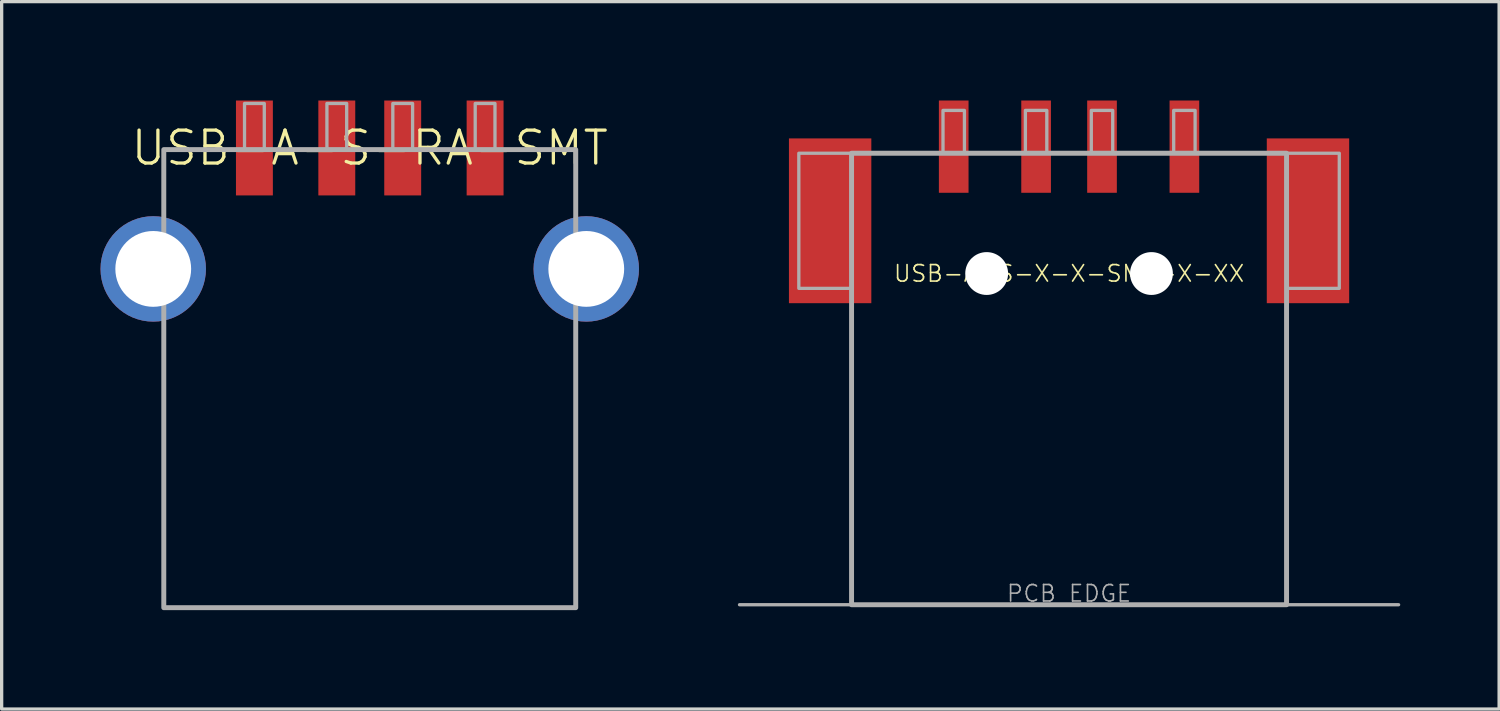
<source format=kicad_pcb>
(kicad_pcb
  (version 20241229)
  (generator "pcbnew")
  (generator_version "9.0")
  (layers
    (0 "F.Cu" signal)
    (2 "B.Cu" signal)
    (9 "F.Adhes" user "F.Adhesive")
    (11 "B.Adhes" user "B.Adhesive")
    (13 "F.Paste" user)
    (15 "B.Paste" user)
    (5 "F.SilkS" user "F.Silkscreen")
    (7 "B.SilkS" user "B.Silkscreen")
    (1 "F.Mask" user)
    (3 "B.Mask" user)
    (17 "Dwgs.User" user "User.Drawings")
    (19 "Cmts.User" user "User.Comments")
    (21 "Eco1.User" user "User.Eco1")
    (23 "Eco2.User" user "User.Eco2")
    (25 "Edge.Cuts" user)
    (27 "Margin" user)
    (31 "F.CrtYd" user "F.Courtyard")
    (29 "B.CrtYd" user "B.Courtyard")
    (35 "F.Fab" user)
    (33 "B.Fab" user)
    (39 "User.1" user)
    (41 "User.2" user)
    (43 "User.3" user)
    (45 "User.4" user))
  (footprint "USB-A-S-X-X-SM2-X-XX"
    (layer "F.Cu")
    (at 29.39 5.25)
    (property "Reference" "USB-A-S-X-X-SM2-X-XX" (at 0 0 0) (unlocked yes) (layer "F.SilkS") (effects (font (size 0.5 0.5) (thickness 0.05))))
    (attr smd)
    (fp_line (start -10 10.05) (end 10 10.05) (stroke (width 0.1) (type default)) (layer "F.Fab"))
    (fp_rect (start -8.2 -3.65) (end -6.6 0.45) (stroke (width 0.1) (type default)) (fill no) (layer "F.Fab"))
    (fp_rect (start -6.6 -3.65) (end 6.6 10.05) (stroke (width 0.15) (type default)) (fill no) (layer "F.Fab"))
    (fp_rect (start -3.825 -4.95) (end -3.175 -3.65) (stroke (width 0.1) (type default)) (fill no) (layer "F.Fab"))
    (fp_rect (start -1.325 -4.95) (end -0.675 -3.65) (stroke (width 0.1) (type default)) (fill no) (layer "F.Fab"))
    (fp_rect (start 0.675 -4.95) (end 1.325 -3.65) (stroke (width 0.1) (type default)) (fill no) (layer "F.Fab"))
    (fp_rect (start 3.175 -4.95) (end 3.825 -3.65) (stroke (width 0.1) (type default)) (fill no) (layer "F.Fab"))
    (fp_rect (start 6.6 -3.65) (end 8.2 0.45) (stroke (width 0.1) (type default)) (fill no) (layer "F.Fab"))
    (fp_text user "PCB EDGE" (at 0 10 0) (unlocked yes) (layer "F.Fab") (effects (font (size 0.5 0.5) (thickness 0.05)) (justify bottom)))
    (pad "" np_thru_hole circle (at -2.5 0) (size 1.3 1.3) (drill 1.3) (layers "*.Cu" "*.Mask"))
    (pad "" np_thru_hole circle (at 2.5 0) (size 1.3 1.3) (drill 1.3) (layers "*.Cu" "*.Mask"))
    (pad "1" smd rect (at -3.5 -3.85) (size 0.9 2.8) (layers "F.Cu" "F.Mask" "F.Paste"))
    (pad "2" smd rect (at -1 -3.85) (size 0.9 2.8) (layers "F.Cu" "F.Mask" "F.Paste"))
    (pad "3" smd rect (at 1 -3.85) (size 0.9 2.8) (layers "F.Cu" "F.Mask" "F.Paste"))
    (pad "4" smd rect (at 3.5 -3.85) (size 0.9 2.8) (layers "F.Cu" "F.Mask" "F.Paste"))
    (pad "5" smd rect (at -7.25 -1.6) (size 2.5 5) (layers "F.Cu" "F.Mask" "F.Paste"))
    (pad "6" smd rect (at 7.25 -1.6) (size 2.5 5) (layers "F.Cu" "F.Mask" "F.Paste")))
  (footprint "USB-A-S-RA-SMT"
    (layer "F.Cu")
    (at 8.17 1.44)
    (property "Reference" "USB-A-S-RA-SMT" (at 0 0 0) (unlocked yes) (layer "F.SilkS") (effects (font (size 1 1) (thickness 0.1))))
    (attr smd)
    (fp_rect (start -6.25 0.05) (end 6.25 13.95) (stroke (width 0.15) (type default)) (fill no) (layer "F.Fab"))
    (fp_rect (start -3.8 -1.35) (end -3.2 0.05) (stroke (width 0.1) (type default)) (fill no) (layer "F.Fab"))
    (fp_rect (start -1.3 -1.35) (end -0.7 0.05) (stroke (width 0.1) (type default)) (fill no) (layer "F.Fab"))
    (fp_rect (start 0.7 -1.35) (end 1.3 0.05) (stroke (width 0.1) (type default)) (fill no) (layer "F.Fab"))
    (fp_rect (start 3.2 -1.35) (end 3.8 0.05) (stroke (width 0.1) (type default)) (fill no) (layer "F.Fab"))
    (pad "1" smd rect (at -3.5 0) (size 1.12 2.88) (layers "F.Cu" "F.Mask" "F.Paste"))
    (pad "2" smd rect (at -1 0) (size 1.12 2.88) (layers "F.Cu" "F.Mask" "F.Paste"))
    (pad "3" smd rect (at 1 0) (size 1.12 2.88) (layers "F.Cu" "F.Mask" "F.Paste"))
    (pad "4" smd rect (at 3.5 0) (size 1.12 2.88) (layers "F.Cu" "F.Mask" "F.Paste"))
    (pad "5" thru_hole circle (at -6.57 3.67) (size 3.2 3.2) (drill 2.3) (layers "*.Cu" "*.Mask"))
    (pad "5" thru_hole circle (at 6.57 3.67) (size 3.2 3.2) (drill 2.3) (layers "*.Cu" "*.Mask")))
  (gr_rect
    (start -3 -3)
    (end 42.44 18.465)
    (stroke (width 0.1) (type default))
    (fill no)
    (layer "Edge.Cuts")))
</source>
